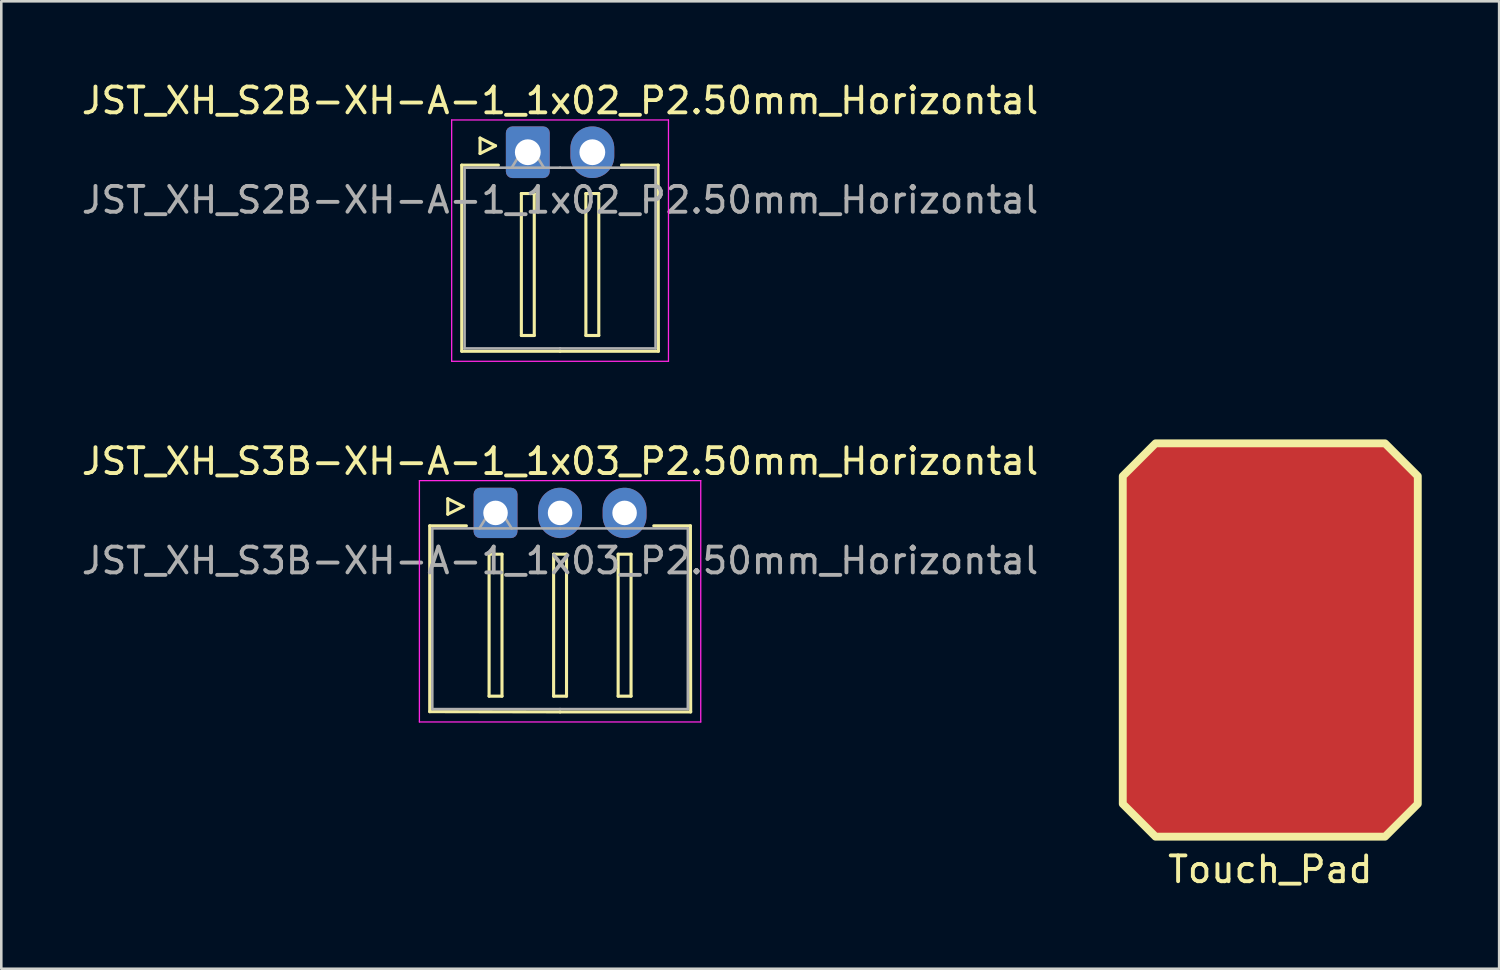
<source format=kicad_pcb>
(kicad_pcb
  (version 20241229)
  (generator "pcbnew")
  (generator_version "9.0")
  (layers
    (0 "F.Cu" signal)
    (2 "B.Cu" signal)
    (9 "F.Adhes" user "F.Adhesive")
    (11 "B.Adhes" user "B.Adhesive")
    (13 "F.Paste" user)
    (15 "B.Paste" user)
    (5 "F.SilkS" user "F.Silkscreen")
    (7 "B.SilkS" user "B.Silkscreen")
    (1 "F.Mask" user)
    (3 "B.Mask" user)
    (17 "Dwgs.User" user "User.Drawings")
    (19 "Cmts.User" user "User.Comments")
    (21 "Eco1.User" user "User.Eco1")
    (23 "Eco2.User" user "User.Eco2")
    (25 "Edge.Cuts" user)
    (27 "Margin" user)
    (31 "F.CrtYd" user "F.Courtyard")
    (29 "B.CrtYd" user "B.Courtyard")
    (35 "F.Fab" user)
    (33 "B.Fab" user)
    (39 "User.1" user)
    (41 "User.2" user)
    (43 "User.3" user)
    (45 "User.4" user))
  (footprint "JST_XH_S2B-XH-A-1_1x02_P2.50mm_Horizontal"
    (layer "F.Cu")
    (at 17.399 2.848)
    (property "Reference" "JST_XH_S2B-XH-A-1_1x02_P2.50mm_Horizontal" (at 1.25 -2 0) (layer "F.SilkS") (effects (font (size 1 1) (thickness 0.15))))
    (attr through_hole)
    (fp_line (start -2.56 0.5) (end -1.14 0.5) (stroke (width 0.12) (type solid)) (layer "F.SilkS"))
    (fp_line (start -2.56 7.71) (end -2.56 0.5) (stroke (width 0.12) (type solid)) (layer "F.SilkS"))
    (fp_line (start -1.85 -0.55) (end -1.25 -0.25) (stroke (width 0.12) (type solid)) (layer "F.SilkS"))
    (fp_line (start -1.85 0.05) (end -1.85 -0.55) (stroke (width 0.12) (type solid)) (layer "F.SilkS"))
    (fp_line (start -1.25 -0.25) (end -1.85 0.05) (stroke (width 0.12) (type solid)) (layer "F.SilkS"))
    (fp_line (start -0.25 1.6) (end -0.25 7.1) (stroke (width 0.12) (type solid)) (layer "F.SilkS"))
    (fp_line (start -0.25 7.1) (end 0.25 7.1) (stroke (width 0.12) (type solid)) (layer "F.SilkS"))
    (fp_line (start 0.25 1.6) (end -0.25 1.6) (stroke (width 0.12) (type solid)) (layer "F.SilkS"))
    (fp_line (start 0.25 7.1) (end 0.25 1.6) (stroke (width 0.12) (type solid)) (layer "F.SilkS"))
    (fp_line (start 1.25 7.71) (end -2.56 7.71) (stroke (width 0.12) (type solid)) (layer "F.SilkS"))
    (fp_line (start 1.25 7.71) (end 5.06 7.71) (stroke (width 0.12) (type solid)) (layer "F.SilkS"))
    (fp_line (start 2.25 1.6) (end 2.25 7.1) (stroke (width 0.12) (type solid)) (layer "F.SilkS"))
    (fp_line (start 2.25 7.1) (end 2.75 7.1) (stroke (width 0.12) (type solid)) (layer "F.SilkS"))
    (fp_line (start 2.75 1.6) (end 2.25 1.6) (stroke (width 0.12) (type solid)) (layer "F.SilkS"))
    (fp_line (start 2.75 7.1) (end 2.75 1.6) (stroke (width 0.12) (type solid)) (layer "F.SilkS"))
    (fp_line (start 5.05 0.5) (end 3.63 0.5) (stroke (width 0.12) (type solid)) (layer "F.SilkS"))
    (fp_line (start 5.06 7.71) (end 5.05 0.5) (stroke (width 0.12) (type solid)) (layer "F.SilkS"))
    (fp_line (start -2.95 -1.25) (end -2.95 8.1) (stroke (width 0.05) (type solid)) (layer "F.CrtYd"))
    (fp_line (start -2.95 8.1) (end 5.45 8.1) (stroke (width 0.05) (type solid)) (layer "F.CrtYd"))
    (fp_line (start 5.45 -1.25) (end -2.95 -1.25) (stroke (width 0.05) (type solid)) (layer "F.CrtYd"))
    (fp_line (start 5.45 8.1) (end 5.45 -1.25) (stroke (width 0.05) (type solid)) (layer "F.CrtYd"))
    (fp_line (start -2.45 0.6) (end 1.25 0.6) (stroke (width 0.1) (type solid)) (layer "F.Fab"))
    (fp_line (start -2.45 7.6) (end -2.45 0.6) (stroke (width 0.1) (type solid)) (layer "F.Fab"))
    (fp_line (start -0.625 0.6) (end 0 -0.4) (stroke (width 0.1) (type solid)) (layer "F.Fab"))
    (fp_line (start 0 -0.4) (end 0.625 0.6) (stroke (width 0.1) (type solid)) (layer "F.Fab"))
    (fp_line (start 1.25 7.6) (end -2.45 7.6) (stroke (width 0.1) (type solid)) (layer "F.Fab"))
    (fp_line (start 1.25 7.6) (end 4.95 7.6) (stroke (width 0.1) (type solid)) (layer "F.Fab"))
    (fp_line (start 4.95 0.6) (end 1.25 0.6) (stroke (width 0.1) (type solid)) (layer "F.Fab"))
    (fp_line (start 4.95 7.6) (end 4.95 0.6) (stroke (width 0.1) (type solid)) (layer "F.Fab"))
    (fp_text user "${REFERENCE}" (at 1.25 1.85 0) (layer "F.Fab") (effects (font (size 1 1) (thickness 0.15))))
    (pad "1" thru_hole roundrect (at 0 0) (size 1.7 2) (drill 1) (layers "*.Cu" "*.Mask") (roundrect_rratio 0.147))
    (pad "2" thru_hole oval (at 2.5 0) (size 1.7 2) (drill 1) (layers "*.Cu" "*.Mask")))
  (footprint "JST_XH_S3B-XH-A-1_1x03_P2.50mm_Horizontal"
    (layer "F.Cu")
    (at 16.149 16.822)
    (property "Reference" "JST_XH_S3B-XH-A-1_1x03_P2.50mm_Horizontal" (at 2.5 -2 0) (layer "F.SilkS") (effects (font (size 1 1) (thickness 0.15))))
    (attr through_hole)
    (fp_line (start -2.55 0.5) (end -1.13 0.5) (stroke (width 0.12) (type solid)) (layer "F.SilkS"))
    (fp_line (start -2.55 7.7) (end -2.55 0.5) (stroke (width 0.12) (type solid)) (layer "F.SilkS"))
    (fp_line (start -1.85 -0.55) (end -1.25 -0.25) (stroke (width 0.12) (type solid)) (layer "F.SilkS"))
    (fp_line (start -1.85 0.05) (end -1.85 -0.55) (stroke (width 0.12) (type solid)) (layer "F.SilkS"))
    (fp_line (start -1.25 -0.25) (end -1.85 0.05) (stroke (width 0.12) (type solid)) (layer "F.SilkS"))
    (fp_line (start -0.25 1.6) (end -0.25 7.1) (stroke (width 0.12) (type solid)) (layer "F.SilkS"))
    (fp_line (start -0.25 7.1) (end 0.25 7.1) (stroke (width 0.12) (type solid)) (layer "F.SilkS"))
    (fp_line (start 0.25 1.6) (end -0.25 1.6) (stroke (width 0.12) (type solid)) (layer "F.SilkS"))
    (fp_line (start 0.25 7.1) (end 0.25 1.6) (stroke (width 0.12) (type solid)) (layer "F.SilkS"))
    (fp_line (start 2.25 1.6) (end 2.25 7.1) (stroke (width 0.12) (type solid)) (layer "F.SilkS"))
    (fp_line (start 2.25 7.1) (end 2.75 7.1) (stroke (width 0.12) (type solid)) (layer "F.SilkS"))
    (fp_line (start 2.5 7.71) (end -2.55 7.7) (stroke (width 0.12) (type solid)) (layer "F.SilkS"))
    (fp_line (start 2.5 7.71) (end 7.56 7.71) (stroke (width 0.12) (type solid)) (layer "F.SilkS"))
    (fp_line (start 2.75 1.6) (end 2.25 1.6) (stroke (width 0.12) (type solid)) (layer "F.SilkS"))
    (fp_line (start 2.75 7.1) (end 2.75 1.6) (stroke (width 0.12) (type solid)) (layer "F.SilkS"))
    (fp_line (start 4.75 1.6) (end 4.75 7.1) (stroke (width 0.12) (type solid)) (layer "F.SilkS"))
    (fp_line (start 4.75 7.1) (end 5.25 7.1) (stroke (width 0.12) (type solid)) (layer "F.SilkS"))
    (fp_line (start 5.25 1.6) (end 4.75 1.6) (stroke (width 0.12) (type solid)) (layer "F.SilkS"))
    (fp_line (start 5.25 7.1) (end 5.25 1.6) (stroke (width 0.12) (type solid)) (layer "F.SilkS"))
    (fp_line (start 7.55 0.5) (end 6.13 0.5) (stroke (width 0.12) (type solid)) (layer "F.SilkS"))
    (fp_line (start 7.56 7.71) (end 7.55 0.5) (stroke (width 0.12) (type solid)) (layer "F.SilkS"))
    (fp_line (start -2.95 -1.25) (end -2.95 8.1) (stroke (width 0.05) (type solid)) (layer "F.CrtYd"))
    (fp_line (start -2.95 8.1) (end 7.95 8.1) (stroke (width 0.05) (type solid)) (layer "F.CrtYd"))
    (fp_line (start 7.95 -1.25) (end -2.95 -1.25) (stroke (width 0.05) (type solid)) (layer "F.CrtYd"))
    (fp_line (start 7.95 8.1) (end 7.95 -1.25) (stroke (width 0.05) (type solid)) (layer "F.CrtYd"))
    (fp_line (start -2.45 0.6) (end 2.5 0.6) (stroke (width 0.1) (type solid)) (layer "F.Fab"))
    (fp_line (start -2.45 7.6) (end -2.45 0.6) (stroke (width 0.1) (type solid)) (layer "F.Fab"))
    (fp_line (start -0.625 0.6) (end 0 -0.4) (stroke (width 0.1) (type solid)) (layer "F.Fab"))
    (fp_line (start 0 -0.4) (end 0.625 0.6) (stroke (width 0.1) (type solid)) (layer "F.Fab"))
    (fp_line (start 2.5 7.6) (end -2.45 7.6) (stroke (width 0.1) (type solid)) (layer "F.Fab"))
    (fp_line (start 2.5 7.6) (end 7.45 7.6) (stroke (width 0.1) (type solid)) (layer "F.Fab"))
    (fp_line (start 7.45 0.6) (end 2.5 0.6) (stroke (width 0.1) (type solid)) (layer "F.Fab"))
    (fp_line (start 7.45 7.6) (end 7.45 0.6) (stroke (width 0.1) (type solid)) (layer "F.Fab"))
    (fp_text user "${REFERENCE}" (at 2.5 1.85 0) (layer "F.Fab") (effects (font (size 1 1) (thickness 0.15))))
    (pad "1" thru_hole roundrect (at 0 0) (size 1.7 1.95) (drill 0.95) (layers "*.Cu" "*.Mask") (roundrect_rratio 0.147))
    (pad "2" thru_hole oval (at 2.5 0) (size 1.7 1.95) (drill 0.95) (layers "*.Cu" "*.Mask"))
    (pad "3" thru_hole oval (at 5 0) (size 1.7 1.95) (drill 0.95) (layers "*.Cu" "*.Mask")))
  (footprint "Touch_Pad"
    (layer "F.Cu")
    (at 46.165 29.366)
    (property "Reference" "Touch_Pad" (at 0 1.27 0) (unlocked yes) (layer "F.SilkS") (effects (font (size 1 1) (thickness 0.15))))
    (fp_poly (pts (xy 4.445 0) (xy 5.715 -1.27) (xy 5.715 -13.97) (xy 4.445 -15.24) (xy -4.445 -15.24) (xy -5.715 -13.97) (xy -5.715 -1.27) (xy -4.445 0)) (stroke (width 0.305) (type solid)) (fill no) (layer "F.SilkS"))
    (pad "1" smd custom (at 0 -6.35) (size 11.43 10.16) (layers "F.Cu") (options (anchor rect)) (primitives (gr_poly (pts (xy -5.715 -7.62) (xy -4.445 -8.89) (xy 4.445 -8.89) (xy 5.715 -7.62) (xy 5.715 -5.08) (xy -5.715 -5.08)) (width 0) (fill yes)) (gr_poly (pts (xy -5.715 5.08) (xy -4.445 6.35) (xy 4.445 6.35) (xy 5.715 5.08)) (width 0) (fill yes)))))
  (gr_rect
    (start -3 -3)
    (end 55.032 34.484)
    (stroke (width 0.1) (type default))
    (fill no)
    (layer "Edge.Cuts")))
</source>
